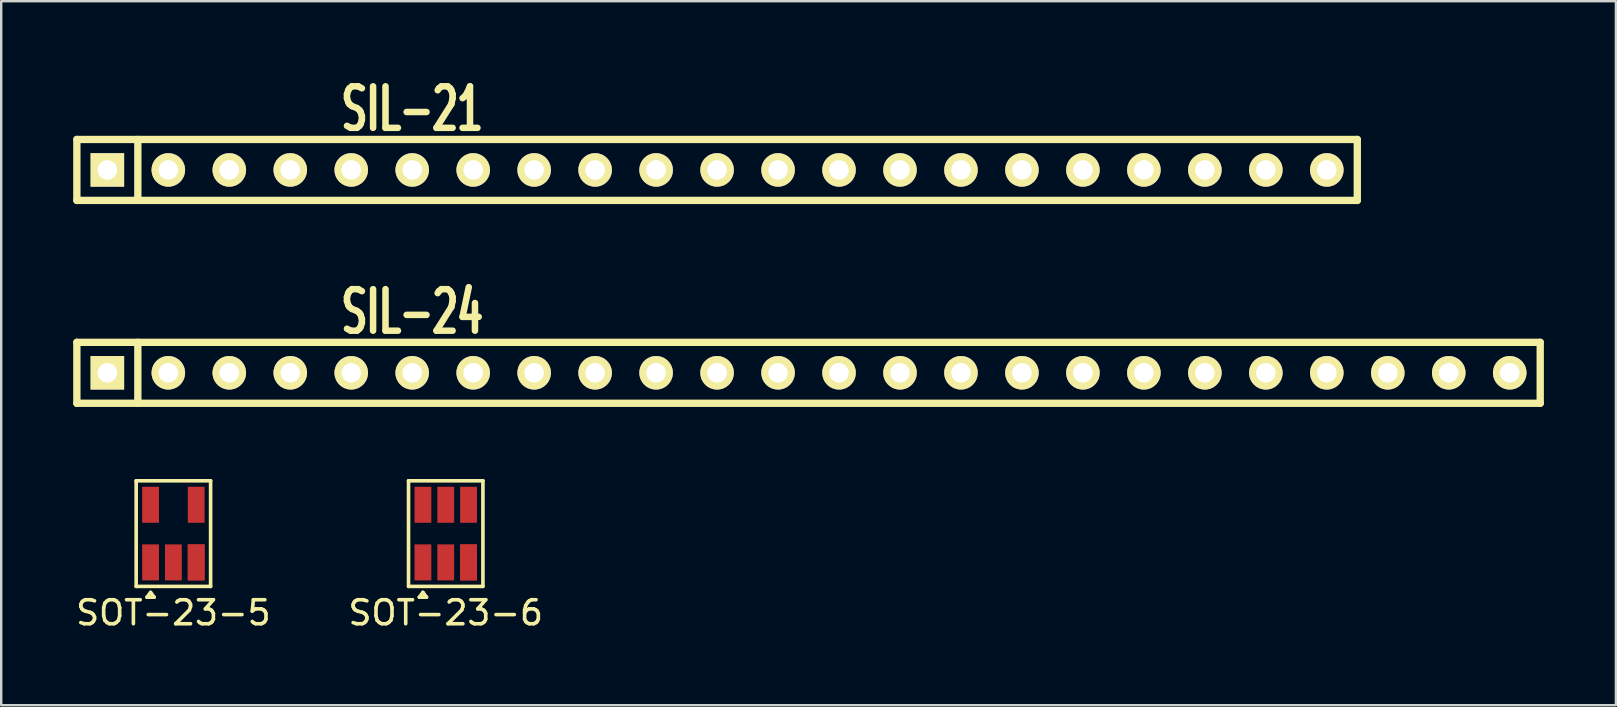
<source format=kicad_pcb>
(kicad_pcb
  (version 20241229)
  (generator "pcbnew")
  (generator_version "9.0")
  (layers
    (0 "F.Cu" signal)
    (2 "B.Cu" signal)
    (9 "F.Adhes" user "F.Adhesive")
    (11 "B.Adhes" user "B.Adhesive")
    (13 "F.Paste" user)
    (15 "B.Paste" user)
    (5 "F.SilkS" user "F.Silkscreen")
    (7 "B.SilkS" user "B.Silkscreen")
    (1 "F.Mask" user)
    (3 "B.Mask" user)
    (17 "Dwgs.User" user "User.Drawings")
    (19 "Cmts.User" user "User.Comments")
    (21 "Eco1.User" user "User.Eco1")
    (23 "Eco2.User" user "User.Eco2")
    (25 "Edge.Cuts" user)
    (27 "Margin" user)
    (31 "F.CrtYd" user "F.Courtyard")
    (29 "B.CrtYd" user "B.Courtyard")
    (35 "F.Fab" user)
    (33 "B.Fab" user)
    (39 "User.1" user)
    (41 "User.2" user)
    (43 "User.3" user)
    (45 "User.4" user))
  (footprint "SIL-21"
    (layer "F.Cu")
    (at 26.822 4.029)
    (property "Reference" "SIL-21" (at -12.7 -2.54 0) (layer "F.SilkS") (effects (font (size 1.73 1.087) (thickness 0.272))))
    (attr through_hole)
    (fp_line (start -26.67 1.27) (end -26.67 -1.27) (stroke (width 0.305) (type solid)) (layer "F.SilkS"))
    (fp_line (start -26.67 1.27) (end 26.67 1.27) (stroke (width 0.305) (type solid)) (layer "F.SilkS"))
    (fp_line (start -24.13 -1.27) (end -24.13 1.27) (stroke (width 0.305) (type solid)) (layer "F.SilkS"))
    (fp_line (start 26.67 -1.27) (end -26.67 -1.27) (stroke (width 0.305) (type solid)) (layer "F.SilkS"))
    (fp_line (start 26.67 -1.27) (end 26.67 1.27) (stroke (width 0.305) (type solid)) (layer "F.SilkS"))
    (pad "1" thru_hole rect (at -25.4 0) (size 1.397 1.397) (drill 0.813) (layers "*.Cu" "*.Mask" "F.SilkS"))
    (pad "2" thru_hole circle (at -22.86 0) (size 1.397 1.397) (drill 0.813) (layers "*.Cu" "*.Mask" "F.SilkS"))
    (pad "3" thru_hole circle (at -20.32 0) (size 1.397 1.397) (drill 0.813) (layers "*.Cu" "*.Mask" "F.SilkS"))
    (pad "4" thru_hole circle (at -17.78 0) (size 1.397 1.397) (drill 0.813) (layers "*.Cu" "*.Mask" "F.SilkS"))
    (pad "5" thru_hole circle (at -15.24 0) (size 1.397 1.397) (drill 0.813) (layers "*.Cu" "*.Mask" "F.SilkS"))
    (pad "6" thru_hole circle (at -12.7 0) (size 1.397 1.397) (drill 0.813) (layers "*.Cu" "*.Mask" "F.SilkS"))
    (pad "7" thru_hole circle (at -10.16 0) (size 1.397 1.397) (drill 0.813) (layers "*.Cu" "*.Mask" "F.SilkS"))
    (pad "8" thru_hole circle (at -7.62 0) (size 1.397 1.397) (drill 0.813) (layers "*.Cu" "*.Mask" "F.SilkS"))
    (pad "9" thru_hole circle (at -5.08 0) (size 1.397 1.397) (drill 0.813) (layers "*.Cu" "*.Mask" "F.SilkS"))
    (pad "10" thru_hole circle (at -2.54 0) (size 1.397 1.397) (drill 0.813) (layers "*.Cu" "*.Mask" "F.SilkS"))
    (pad "11" thru_hole circle (at 0 0) (size 1.397 1.397) (drill 0.813) (layers "*.Cu" "*.Mask" "F.SilkS"))
    (pad "12" thru_hole circle (at 2.54 0) (size 1.397 1.397) (drill 0.813) (layers "*.Cu" "*.Mask" "F.SilkS"))
    (pad "13" thru_hole circle (at 5.08 0) (size 1.397 1.397) (drill 0.813) (layers "*.Cu" "*.Mask" "F.SilkS"))
    (pad "14" thru_hole circle (at 7.62 0) (size 1.397 1.397) (drill 0.813) (layers "*.Cu" "*.Mask" "F.SilkS"))
    (pad "15" thru_hole circle (at 10.16 0) (size 1.397 1.397) (drill 0.813) (layers "*.Cu" "*.Mask" "F.SilkS"))
    (pad "16" thru_hole circle (at 12.7 0) (size 1.397 1.397) (drill 0.813) (layers "*.Cu" "*.Mask" "F.SilkS"))
    (pad "17" thru_hole circle (at 15.24 0) (size 1.397 1.397) (drill 0.813) (layers "*.Cu" "*.Mask" "F.SilkS"))
    (pad "18" thru_hole circle (at 17.78 0) (size 1.397 1.397) (drill 0.813) (layers "*.Cu" "*.Mask" "F.SilkS"))
    (pad "19" thru_hole circle (at 20.32 0) (size 1.397 1.397) (drill 0.813) (layers "*.Cu" "*.Mask" "F.SilkS"))
    (pad "20" thru_hole circle (at 22.86 0) (size 1.397 1.397) (drill 0.813) (layers "*.Cu" "*.Mask" "F.SilkS"))
    (pad "21" thru_hole circle (at 25.4 0) (size 1.397 1.397) (drill 0.813) (layers "*.Cu" "*.Mask" "F.SilkS")))
  (footprint "SIL-24"
    (layer "F.Cu")
    (at 26.822 12.48)
    (property "Reference" "SIL-24" (at -12.7 -2.54 0) (layer "F.SilkS") (effects (font (size 1.73 1.087) (thickness 0.272))))
    (attr through_hole)
    (fp_line (start -26.67 -1.27) (end 34.29 -1.27) (stroke (width 0.305) (type solid)) (layer "F.SilkS"))
    (fp_line (start -26.67 1.27) (end -26.67 -1.27) (stroke (width 0.305) (type solid)) (layer "F.SilkS"))
    (fp_line (start -24.13 -1.27) (end -24.13 1.27) (stroke (width 0.305) (type solid)) (layer "F.SilkS"))
    (fp_line (start 34.29 -1.27) (end 34.29 1.27) (stroke (width 0.305) (type solid)) (layer "F.SilkS"))
    (fp_line (start 34.29 1.27) (end -26.67 1.27) (stroke (width 0.305) (type solid)) (layer "F.SilkS"))
    (pad "1" thru_hole rect (at -25.4 0) (size 1.397 1.397) (drill 0.813) (layers "*.Cu" "*.Mask" "F.SilkS"))
    (pad "2" thru_hole circle (at -22.86 0) (size 1.397 1.397) (drill 0.813) (layers "*.Cu" "*.Mask" "F.SilkS"))
    (pad "3" thru_hole circle (at -20.32 0) (size 1.397 1.397) (drill 0.813) (layers "*.Cu" "*.Mask" "F.SilkS"))
    (pad "4" thru_hole circle (at -17.78 0) (size 1.397 1.397) (drill 0.813) (layers "*.Cu" "*.Mask" "F.SilkS"))
    (pad "5" thru_hole circle (at -15.24 0) (size 1.397 1.397) (drill 0.813) (layers "*.Cu" "*.Mask" "F.SilkS"))
    (pad "6" thru_hole circle (at -12.7 0) (size 1.397 1.397) (drill 0.813) (layers "*.Cu" "*.Mask" "F.SilkS"))
    (pad "7" thru_hole circle (at -10.16 0) (size 1.397 1.397) (drill 0.813) (layers "*.Cu" "*.Mask" "F.SilkS"))
    (pad "8" thru_hole circle (at -7.62 0) (size 1.397 1.397) (drill 0.813) (layers "*.Cu" "*.Mask" "F.SilkS"))
    (pad "9" thru_hole circle (at -5.08 0) (size 1.397 1.397) (drill 0.813) (layers "*.Cu" "*.Mask" "F.SilkS"))
    (pad "10" thru_hole circle (at -2.54 0) (size 1.397 1.397) (drill 0.813) (layers "*.Cu" "*.Mask" "F.SilkS"))
    (pad "11" thru_hole circle (at 0 0) (size 1.397 1.397) (drill 0.813) (layers "*.Cu" "*.Mask" "F.SilkS"))
    (pad "12" thru_hole circle (at 2.54 0) (size 1.397 1.397) (drill 0.813) (layers "*.Cu" "*.Mask" "F.SilkS"))
    (pad "13" thru_hole circle (at 5.08 0) (size 1.397 1.397) (drill 0.813) (layers "*.Cu" "*.Mask" "F.SilkS"))
    (pad "14" thru_hole circle (at 7.62 0) (size 1.397 1.397) (drill 0.813) (layers "*.Cu" "*.Mask" "F.SilkS"))
    (pad "15" thru_hole circle (at 10.16 0) (size 1.397 1.397) (drill 0.813) (layers "*.Cu" "*.Mask" "F.SilkS"))
    (pad "16" thru_hole circle (at 12.7 0) (size 1.397 1.397) (drill 0.813) (layers "*.Cu" "*.Mask" "F.SilkS"))
    (pad "17" thru_hole circle (at 15.24 0) (size 1.397 1.397) (drill 0.813) (layers "*.Cu" "*.Mask" "F.SilkS"))
    (pad "18" thru_hole circle (at 17.78 0) (size 1.397 1.397) (drill 0.813) (layers "*.Cu" "*.Mask" "F.SilkS"))
    (pad "19" thru_hole circle (at 20.32 0) (size 1.397 1.397) (drill 0.813) (layers "*.Cu" "*.Mask" "F.SilkS"))
    (pad "20" thru_hole circle (at 22.86 0) (size 1.397 1.397) (drill 0.813) (layers "*.Cu" "*.Mask" "F.SilkS"))
    (pad "21" thru_hole circle (at 25.4 0) (size 1.397 1.397) (drill 0.813) (layers "*.Cu" "*.Mask" "F.SilkS"))
    (pad "22" thru_hole circle (at 27.94 0) (size 1.397 1.397) (drill 0.813) (layers "*.Cu" "*.Mask" "F.SilkS"))
    (pad "23" thru_hole circle (at 30.48 0) (size 1.397 1.397) (drill 0.813) (layers "*.Cu" "*.Mask" "F.SilkS"))
    (pad "24" thru_hole circle (at 33.02 0) (size 1.397 1.397) (drill 0.813) (layers "*.Cu" "*.Mask" "F.SilkS")))
  (footprint "SOT-23-6"
    (layer "F.Cu")
    (at 15.518 20.378)
    (property "Reference" "SOT-23-6" (at 0 2.1 0) (layer "F.SilkS") (effects (font (size 1 1) (thickness 0.15))))
    (attr through_hole)
    (fp_line (start -1.55 -3.4) (end 1.55 -3.4) (stroke (width 0.15) (type solid)) (layer "F.SilkS"))
    (fp_line (start -1.55 1) (end -1.55 -3.4) (stroke (width 0.15) (type solid)) (layer "F.SilkS"))
    (fp_line (start -1.1 1.45) (end -0.8 1.45) (stroke (width 0.15) (type solid)) (layer "F.SilkS"))
    (fp_line (start -0.95 1.25) (end -1.1 1.45) (stroke (width 0.15) (type solid)) (layer "F.SilkS"))
    (fp_line (start -0.8 1.45) (end -0.95 1.25) (stroke (width 0.15) (type solid)) (layer "F.SilkS"))
    (fp_line (start 1.55 -3.4) (end 1.55 1) (stroke (width 0.15) (type solid)) (layer "F.SilkS"))
    (fp_line (start 1.55 1) (end -1.55 1) (stroke (width 0.15) (type solid)) (layer "F.SilkS"))
    (pad "1" smd rect (at -0.95 0) (size 0.7 1.5) (layers "F.Cu" "F.Mask" "F.Paste"))
    (pad "2" smd rect (at 0 0) (size 0.7 1.5) (layers "F.Cu" "F.Mask" "F.Paste"))
    (pad "3" smd rect (at 0.95 0) (size 0.7 1.5) (layers "F.Cu" "F.Mask" "F.Paste"))
    (pad "3" smd rect (at 0.95 0) (size 0.7 1.5) (layers "F.Cu" "F.Mask" "F.Paste"))
    (pad "4" smd rect (at 0.95 -2.4) (size 0.7 1.5) (layers "F.Cu" "F.Mask" "F.Paste"))
    (pad "5" smd rect (at 0 -2.4) (size 0.7 1.5) (layers "F.Cu" "F.Mask" "F.Paste"))
    (pad "6" smd rect (at -0.95 -2.4) (size 0.7 1.5) (layers "F.Cu" "F.Mask" "F.Paste")))
  (footprint "SOT-23-5"
    (layer "F.Cu")
    (at 4.173 20.378)
    (property "Reference" "SOT-23-5" (at 0 2.1 0) (layer "F.SilkS") (effects (font (size 1 1) (thickness 0.15))))
    (attr through_hole)
    (fp_line (start -1.55 -3.4) (end 1.55 -3.4) (stroke (width 0.15) (type solid)) (layer "F.SilkS"))
    (fp_line (start -1.55 1) (end -1.55 -3.4) (stroke (width 0.15) (type solid)) (layer "F.SilkS"))
    (fp_line (start -1.1 1.45) (end -0.8 1.45) (stroke (width 0.15) (type solid)) (layer "F.SilkS"))
    (fp_line (start -0.95 1.25) (end -1.1 1.45) (stroke (width 0.15) (type solid)) (layer "F.SilkS"))
    (fp_line (start -0.8 1.45) (end -0.95 1.25) (stroke (width 0.15) (type solid)) (layer "F.SilkS"))
    (fp_line (start 1.55 -3.4) (end 1.55 1) (stroke (width 0.15) (type solid)) (layer "F.SilkS"))
    (fp_line (start 1.55 1) (end -1.55 1) (stroke (width 0.15) (type solid)) (layer "F.SilkS"))
    (pad "1" smd rect (at -0.95 0) (size 0.7 1.5) (layers "F.Cu" "F.Mask" "F.Paste"))
    (pad "2" smd rect (at 0 0) (size 0.7 1.5) (layers "F.Cu" "F.Mask" "F.Paste"))
    (pad "3" smd rect (at 0.95 0) (size 0.7 1.5) (layers "F.Cu" "F.Mask" "F.Paste"))
    (pad "3" smd rect (at 0.95 0) (size 0.7 1.5) (layers "F.Cu" "F.Mask" "F.Paste"))
    (pad "4" smd rect (at 0.95 -2.4) (size 0.7 1.5) (layers "F.Cu" "F.Mask" "F.Paste"))
    (pad "5" smd rect (at -0.95 -2.4) (size 0.7 1.5) (layers "F.Cu" "F.Mask" "F.Paste")))
  (gr_rect
    (start -3 -3)
    (end 64.265 26.326)
    (stroke (width 0.1) (type default))
    (fill no)
    (layer "Edge.Cuts")))
</source>
